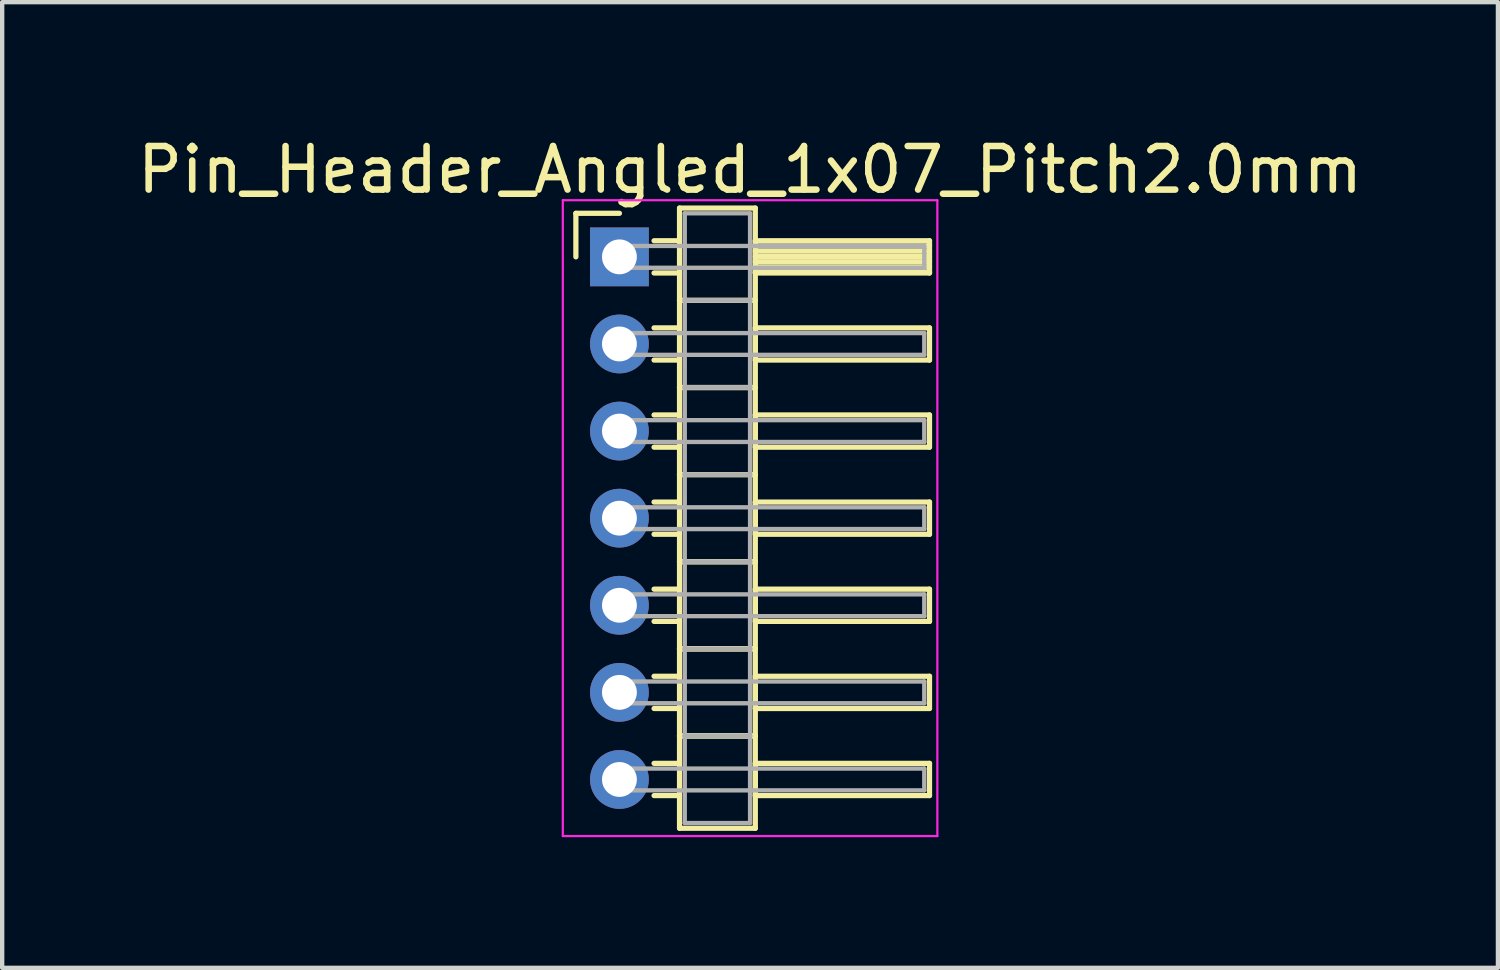
<source format=kicad_pcb>
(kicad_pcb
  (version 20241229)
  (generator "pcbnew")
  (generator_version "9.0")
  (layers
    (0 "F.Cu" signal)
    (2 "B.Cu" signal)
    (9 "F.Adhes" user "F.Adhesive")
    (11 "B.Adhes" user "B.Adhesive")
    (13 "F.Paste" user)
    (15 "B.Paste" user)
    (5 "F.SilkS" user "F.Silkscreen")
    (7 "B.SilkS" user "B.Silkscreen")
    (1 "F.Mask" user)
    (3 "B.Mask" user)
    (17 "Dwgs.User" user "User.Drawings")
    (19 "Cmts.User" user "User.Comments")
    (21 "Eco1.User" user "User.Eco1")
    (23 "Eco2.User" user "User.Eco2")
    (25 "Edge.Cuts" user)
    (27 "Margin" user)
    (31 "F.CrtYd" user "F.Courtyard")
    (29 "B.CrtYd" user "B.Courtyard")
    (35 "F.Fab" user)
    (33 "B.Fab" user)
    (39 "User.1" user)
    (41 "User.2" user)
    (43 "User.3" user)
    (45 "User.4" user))
  (footprint "Pin_Header_Angled_1x07_Pitch2.0mm"
    (layer "F.Cu")
    (at 11.173 2.848)
    (property "Reference" "Pin_Header_Angled_1x07_Pitch2.0mm" (at 3 -2 0) (layer "F.SilkS") (effects (font (size 1 1) (thickness 0.15))))
    (attr through_hole)
    (fp_line (start -1 -1) (end 0 -1) (stroke (width 0.12) (type solid)) (layer "F.SilkS"))
    (fp_line (start -1 0) (end -1 -1) (stroke (width 0.12) (type solid)) (layer "F.SilkS"))
    (fp_line (start 0.795 -0.37) (end 1.38 -0.37) (stroke (width 0.12) (type solid)) (layer "F.SilkS"))
    (fp_line (start 0.795 0.37) (end 1.38 0.37) (stroke (width 0.12) (type solid)) (layer "F.SilkS"))
    (fp_line (start 0.795 1.63) (end 1.38 1.63) (stroke (width 0.12) (type solid)) (layer "F.SilkS"))
    (fp_line (start 0.795 2.37) (end 1.38 2.37) (stroke (width 0.12) (type solid)) (layer "F.SilkS"))
    (fp_line (start 0.795 3.63) (end 1.38 3.63) (stroke (width 0.12) (type solid)) (layer "F.SilkS"))
    (fp_line (start 0.795 4.37) (end 1.38 4.37) (stroke (width 0.12) (type solid)) (layer "F.SilkS"))
    (fp_line (start 0.795 5.63) (end 1.38 5.63) (stroke (width 0.12) (type solid)) (layer "F.SilkS"))
    (fp_line (start 0.795 6.37) (end 1.38 6.37) (stroke (width 0.12) (type solid)) (layer "F.SilkS"))
    (fp_line (start 0.795 7.63) (end 1.38 7.63) (stroke (width 0.12) (type solid)) (layer "F.SilkS"))
    (fp_line (start 0.795 8.37) (end 1.38 8.37) (stroke (width 0.12) (type solid)) (layer "F.SilkS"))
    (fp_line (start 0.795 9.63) (end 1.38 9.63) (stroke (width 0.12) (type solid)) (layer "F.SilkS"))
    (fp_line (start 0.795 10.37) (end 1.38 10.37) (stroke (width 0.12) (type solid)) (layer "F.SilkS"))
    (fp_line (start 0.795 11.63) (end 1.38 11.63) (stroke (width 0.12) (type solid)) (layer "F.SilkS"))
    (fp_line (start 0.795 12.37) (end 1.38 12.37) (stroke (width 0.12) (type solid)) (layer "F.SilkS"))
    (fp_line (start 1.38 -1.12) (end 1.38 1) (stroke (width 0.12) (type solid)) (layer "F.SilkS"))
    (fp_line (start 1.38 1) (end 1.38 3) (stroke (width 0.12) (type solid)) (layer "F.SilkS"))
    (fp_line (start 1.38 1) (end 3.12 1) (stroke (width 0.12) (type solid)) (layer "F.SilkS"))
    (fp_line (start 1.38 3) (end 1.38 5) (stroke (width 0.12) (type solid)) (layer "F.SilkS"))
    (fp_line (start 1.38 3) (end 3.12 3) (stroke (width 0.12) (type solid)) (layer "F.SilkS"))
    (fp_line (start 1.38 5) (end 1.38 7) (stroke (width 0.12) (type solid)) (layer "F.SilkS"))
    (fp_line (start 1.38 5) (end 3.12 5) (stroke (width 0.12) (type solid)) (layer "F.SilkS"))
    (fp_line (start 1.38 7) (end 1.38 9) (stroke (width 0.12) (type solid)) (layer "F.SilkS"))
    (fp_line (start 1.38 7) (end 3.12 7) (stroke (width 0.12) (type solid)) (layer "F.SilkS"))
    (fp_line (start 1.38 9) (end 1.38 11) (stroke (width 0.12) (type solid)) (layer "F.SilkS"))
    (fp_line (start 1.38 9) (end 3.12 9) (stroke (width 0.12) (type solid)) (layer "F.SilkS"))
    (fp_line (start 1.38 11) (end 1.38 13.12) (stroke (width 0.12) (type solid)) (layer "F.SilkS"))
    (fp_line (start 1.38 11) (end 3.12 11) (stroke (width 0.12) (type solid)) (layer "F.SilkS"))
    (fp_line (start 1.38 13.12) (end 3.12 13.12) (stroke (width 0.12) (type solid)) (layer "F.SilkS"))
    (fp_line (start 3.12 -1.12) (end 1.38 -1.12) (stroke (width 0.12) (type solid)) (layer "F.SilkS"))
    (fp_line (start 3.12 -0.37) (end 3.12 0.37) (stroke (width 0.12) (type solid)) (layer "F.SilkS"))
    (fp_line (start 3.12 -0.25) (end 7.12 -0.25) (stroke (width 0.12) (type solid)) (layer "F.SilkS"))
    (fp_line (start 3.12 -0.13) (end 7.12 -0.13) (stroke (width 0.12) (type solid)) (layer "F.SilkS"))
    (fp_line (start 3.12 -0.01) (end 7.12 -0.01) (stroke (width 0.12) (type solid)) (layer "F.SilkS"))
    (fp_line (start 3.12 0.11) (end 7.12 0.11) (stroke (width 0.12) (type solid)) (layer "F.SilkS"))
    (fp_line (start 3.12 0.23) (end 7.12 0.23) (stroke (width 0.12) (type solid)) (layer "F.SilkS"))
    (fp_line (start 3.12 0.35) (end 7.12 0.35) (stroke (width 0.12) (type solid)) (layer "F.SilkS"))
    (fp_line (start 3.12 0.37) (end 7.12 0.37) (stroke (width 0.12) (type solid)) (layer "F.SilkS"))
    (fp_line (start 3.12 1) (end 1.38 1) (stroke (width 0.12) (type solid)) (layer "F.SilkS"))
    (fp_line (start 3.12 1) (end 3.12 -1.12) (stroke (width 0.12) (type solid)) (layer "F.SilkS"))
    (fp_line (start 3.12 1.63) (end 3.12 2.37) (stroke (width 0.12) (type solid)) (layer "F.SilkS"))
    (fp_line (start 3.12 2.37) (end 7.12 2.37) (stroke (width 0.12) (type solid)) (layer "F.SilkS"))
    (fp_line (start 3.12 3) (end 1.38 3) (stroke (width 0.12) (type solid)) (layer "F.SilkS"))
    (fp_line (start 3.12 3) (end 3.12 1) (stroke (width 0.12) (type solid)) (layer "F.SilkS"))
    (fp_line (start 3.12 3.63) (end 3.12 4.37) (stroke (width 0.12) (type solid)) (layer "F.SilkS"))
    (fp_line (start 3.12 4.37) (end 7.12 4.37) (stroke (width 0.12) (type solid)) (layer "F.SilkS"))
    (fp_line (start 3.12 5) (end 1.38 5) (stroke (width 0.12) (type solid)) (layer "F.SilkS"))
    (fp_line (start 3.12 5) (end 3.12 3) (stroke (width 0.12) (type solid)) (layer "F.SilkS"))
    (fp_line (start 3.12 5.63) (end 3.12 6.37) (stroke (width 0.12) (type solid)) (layer "F.SilkS"))
    (fp_line (start 3.12 6.37) (end 7.12 6.37) (stroke (width 0.12) (type solid)) (layer "F.SilkS"))
    (fp_line (start 3.12 7) (end 1.38 7) (stroke (width 0.12) (type solid)) (layer "F.SilkS"))
    (fp_line (start 3.12 7) (end 3.12 5) (stroke (width 0.12) (type solid)) (layer "F.SilkS"))
    (fp_line (start 3.12 7.63) (end 3.12 8.37) (stroke (width 0.12) (type solid)) (layer "F.SilkS"))
    (fp_line (start 3.12 8.37) (end 7.12 8.37) (stroke (width 0.12) (type solid)) (layer "F.SilkS"))
    (fp_line (start 3.12 9) (end 1.38 9) (stroke (width 0.12) (type solid)) (layer "F.SilkS"))
    (fp_line (start 3.12 9) (end 3.12 7) (stroke (width 0.12) (type solid)) (layer "F.SilkS"))
    (fp_line (start 3.12 9.63) (end 3.12 10.37) (stroke (width 0.12) (type solid)) (layer "F.SilkS"))
    (fp_line (start 3.12 10.37) (end 7.12 10.37) (stroke (width 0.12) (type solid)) (layer "F.SilkS"))
    (fp_line (start 3.12 11) (end 1.38 11) (stroke (width 0.12) (type solid)) (layer "F.SilkS"))
    (fp_line (start 3.12 11) (end 3.12 9) (stroke (width 0.12) (type solid)) (layer "F.SilkS"))
    (fp_line (start 3.12 11.63) (end 3.12 12.37) (stroke (width 0.12) (type solid)) (layer "F.SilkS"))
    (fp_line (start 3.12 12.37) (end 7.12 12.37) (stroke (width 0.12) (type solid)) (layer "F.SilkS"))
    (fp_line (start 3.12 13.12) (end 3.12 11) (stroke (width 0.12) (type solid)) (layer "F.SilkS"))
    (fp_line (start 7.12 -0.37) (end 3.12 -0.37) (stroke (width 0.12) (type solid)) (layer "F.SilkS"))
    (fp_line (start 7.12 0.37) (end 7.12 -0.37) (stroke (width 0.12) (type solid)) (layer "F.SilkS"))
    (fp_line (start 7.12 1.63) (end 3.12 1.63) (stroke (width 0.12) (type solid)) (layer "F.SilkS"))
    (fp_line (start 7.12 2.37) (end 7.12 1.63) (stroke (width 0.12) (type solid)) (layer "F.SilkS"))
    (fp_line (start 7.12 3.63) (end 3.12 3.63) (stroke (width 0.12) (type solid)) (layer "F.SilkS"))
    (fp_line (start 7.12 4.37) (end 7.12 3.63) (stroke (width 0.12) (type solid)) (layer "F.SilkS"))
    (fp_line (start 7.12 5.63) (end 3.12 5.63) (stroke (width 0.12) (type solid)) (layer "F.SilkS"))
    (fp_line (start 7.12 6.37) (end 7.12 5.63) (stroke (width 0.12) (type solid)) (layer "F.SilkS"))
    (fp_line (start 7.12 7.63) (end 3.12 7.63) (stroke (width 0.12) (type solid)) (layer "F.SilkS"))
    (fp_line (start 7.12 8.37) (end 7.12 7.63) (stroke (width 0.12) (type solid)) (layer "F.SilkS"))
    (fp_line (start 7.12 9.63) (end 3.12 9.63) (stroke (width 0.12) (type solid)) (layer "F.SilkS"))
    (fp_line (start 7.12 10.37) (end 7.12 9.63) (stroke (width 0.12) (type solid)) (layer "F.SilkS"))
    (fp_line (start 7.12 11.63) (end 3.12 11.63) (stroke (width 0.12) (type solid)) (layer "F.SilkS"))
    (fp_line (start 7.12 12.37) (end 7.12 11.63) (stroke (width 0.12) (type solid)) (layer "F.SilkS"))
    (fp_line (start -1.3 -1.3) (end -1.3 13.3) (stroke (width 0.05) (type solid)) (layer "F.CrtYd"))
    (fp_line (start -1.3 13.3) (end 7.3 13.3) (stroke (width 0.05) (type solid)) (layer "F.CrtYd"))
    (fp_line (start 7.3 -1.3) (end -1.3 -1.3) (stroke (width 0.05) (type solid)) (layer "F.CrtYd"))
    (fp_line (start 7.3 13.3) (end 7.3 -1.3) (stroke (width 0.05) (type solid)) (layer "F.CrtYd"))
    (fp_line (start 0 -0.25) (end 0 0.25) (stroke (width 0.1) (type solid)) (layer "F.Fab"))
    (fp_line (start 0 0.25) (end 7 0.25) (stroke (width 0.1) (type solid)) (layer "F.Fab"))
    (fp_line (start 0 1.75) (end 0 2.25) (stroke (width 0.1) (type solid)) (layer "F.Fab"))
    (fp_line (start 0 2.25) (end 7 2.25) (stroke (width 0.1) (type solid)) (layer "F.Fab"))
    (fp_line (start 0 3.75) (end 0 4.25) (stroke (width 0.1) (type solid)) (layer "F.Fab"))
    (fp_line (start 0 4.25) (end 7 4.25) (stroke (width 0.1) (type solid)) (layer "F.Fab"))
    (fp_line (start 0 5.75) (end 0 6.25) (stroke (width 0.1) (type solid)) (layer "F.Fab"))
    (fp_line (start 0 6.25) (end 7 6.25) (stroke (width 0.1) (type solid)) (layer "F.Fab"))
    (fp_line (start 0 7.75) (end 0 8.25) (stroke (width 0.1) (type solid)) (layer "F.Fab"))
    (fp_line (start 0 8.25) (end 7 8.25) (stroke (width 0.1) (type solid)) (layer "F.Fab"))
    (fp_line (start 0 9.75) (end 0 10.25) (stroke (width 0.1) (type solid)) (layer "F.Fab"))
    (fp_line (start 0 10.25) (end 7 10.25) (stroke (width 0.1) (type solid)) (layer "F.Fab"))
    (fp_line (start 0 11.75) (end 0 12.25) (stroke (width 0.1) (type solid)) (layer "F.Fab"))
    (fp_line (start 0 12.25) (end 7 12.25) (stroke (width 0.1) (type solid)) (layer "F.Fab"))
    (fp_line (start 1.5 -1) (end 1.5 1) (stroke (width 0.1) (type solid)) (layer "F.Fab"))
    (fp_line (start 1.5 1) (end 1.5 3) (stroke (width 0.1) (type solid)) (layer "F.Fab"))
    (fp_line (start 1.5 1) (end 3 1) (stroke (width 0.1) (type solid)) (layer "F.Fab"))
    (fp_line (start 1.5 3) (end 1.5 5) (stroke (width 0.1) (type solid)) (layer "F.Fab"))
    (fp_line (start 1.5 3) (end 3 3) (stroke (width 0.1) (type solid)) (layer "F.Fab"))
    (fp_line (start 1.5 5) (end 1.5 7) (stroke (width 0.1) (type solid)) (layer "F.Fab"))
    (fp_line (start 1.5 5) (end 3 5) (stroke (width 0.1) (type solid)) (layer "F.Fab"))
    (fp_line (start 1.5 7) (end 1.5 9) (stroke (width 0.1) (type solid)) (layer "F.Fab"))
    (fp_line (start 1.5 7) (end 3 7) (stroke (width 0.1) (type solid)) (layer "F.Fab"))
    (fp_line (start 1.5 9) (end 1.5 11) (stroke (width 0.1) (type solid)) (layer "F.Fab"))
    (fp_line (start 1.5 9) (end 3 9) (stroke (width 0.1) (type solid)) (layer "F.Fab"))
    (fp_line (start 1.5 11) (end 1.5 13) (stroke (width 0.1) (type solid)) (layer "F.Fab"))
    (fp_line (start 1.5 11) (end 3 11) (stroke (width 0.1) (type solid)) (layer "F.Fab"))
    (fp_line (start 1.5 13) (end 3 13) (stroke (width 0.1) (type solid)) (layer "F.Fab"))
    (fp_line (start 3 -1) (end 1.5 -1) (stroke (width 0.1) (type solid)) (layer "F.Fab"))
    (fp_line (start 3 1) (end 1.5 1) (stroke (width 0.1) (type solid)) (layer "F.Fab"))
    (fp_line (start 3 1) (end 3 -1) (stroke (width 0.1) (type solid)) (layer "F.Fab"))
    (fp_line (start 3 3) (end 1.5 3) (stroke (width 0.1) (type solid)) (layer "F.Fab"))
    (fp_line (start 3 3) (end 3 1) (stroke (width 0.1) (type solid)) (layer "F.Fab"))
    (fp_line (start 3 5) (end 1.5 5) (stroke (width 0.1) (type solid)) (layer "F.Fab"))
    (fp_line (start 3 5) (end 3 3) (stroke (width 0.1) (type solid)) (layer "F.Fab"))
    (fp_line (start 3 7) (end 1.5 7) (stroke (width 0.1) (type solid)) (layer "F.Fab"))
    (fp_line (start 3 7) (end 3 5) (stroke (width 0.1) (type solid)) (layer "F.Fab"))
    (fp_line (start 3 9) (end 1.5 9) (stroke (width 0.1) (type solid)) (layer "F.Fab"))
    (fp_line (start 3 9) (end 3 7) (stroke (width 0.1) (type solid)) (layer "F.Fab"))
    (fp_line (start 3 11) (end 1.5 11) (stroke (width 0.1) (type solid)) (layer "F.Fab"))
    (fp_line (start 3 11) (end 3 9) (stroke (width 0.1) (type solid)) (layer "F.Fab"))
    (fp_line (start 3 13) (end 3 11) (stroke (width 0.1) (type solid)) (layer "F.Fab"))
    (fp_line (start 7 -0.25) (end 0 -0.25) (stroke (width 0.1) (type solid)) (layer "F.Fab"))
    (fp_line (start 7 0.25) (end 7 -0.25) (stroke (width 0.1) (type solid)) (layer "F.Fab"))
    (fp_line (start 7 1.75) (end 0 1.75) (stroke (width 0.1) (type solid)) (layer "F.Fab"))
    (fp_line (start 7 2.25) (end 7 1.75) (stroke (width 0.1) (type solid)) (layer "F.Fab"))
    (fp_line (start 7 3.75) (end 0 3.75) (stroke (width 0.1) (type solid)) (layer "F.Fab"))
    (fp_line (start 7 4.25) (end 7 3.75) (stroke (width 0.1) (type solid)) (layer "F.Fab"))
    (fp_line (start 7 5.75) (end 0 5.75) (stroke (width 0.1) (type solid)) (layer "F.Fab"))
    (fp_line (start 7 6.25) (end 7 5.75) (stroke (width 0.1) (type solid)) (layer "F.Fab"))
    (fp_line (start 7 7.75) (end 0 7.75) (stroke (width 0.1) (type solid)) (layer "F.Fab"))
    (fp_line (start 7 8.25) (end 7 7.75) (stroke (width 0.1) (type solid)) (layer "F.Fab"))
    (fp_line (start 7 9.75) (end 0 9.75) (stroke (width 0.1) (type solid)) (layer "F.Fab"))
    (fp_line (start 7 10.25) (end 7 9.75) (stroke (width 0.1) (type solid)) (layer "F.Fab"))
    (fp_line (start 7 11.75) (end 0 11.75) (stroke (width 0.1) (type solid)) (layer "F.Fab"))
    (fp_line (start 7 12.25) (end 7 11.75) (stroke (width 0.1) (type solid)) (layer "F.Fab"))
    (pad "1" thru_hole rect (at 0 0) (size 1.35 1.35) (drill 0.8) (layers "*.Cu" "*.Mask"))
    (pad "2" thru_hole oval (at 0 2) (size 1.35 1.35) (drill 0.8) (layers "*.Cu" "*.Mask"))
    (pad "3" thru_hole oval (at 0 4) (size 1.35 1.35) (drill 0.8) (layers "*.Cu" "*.Mask"))
    (pad "4" thru_hole oval (at 0 6) (size 1.35 1.35) (drill 0.8) (layers "*.Cu" "*.Mask"))
    (pad "5" thru_hole oval (at 0 8) (size 1.35 1.35) (drill 0.8) (layers "*.Cu" "*.Mask"))
    (pad "6" thru_hole oval (at 0 10) (size 1.35 1.35) (drill 0.8) (layers "*.Cu" "*.Mask"))
    (pad "7" thru_hole oval (at 0 12) (size 1.35 1.35) (drill 0.8) (layers "*.Cu" "*.Mask")))
  (gr_rect
    (start -3 -3)
    (end 31.345 19.173)
    (stroke (width 0.1) (type default))
    (fill no)
    (layer "Edge.Cuts")))
</source>
